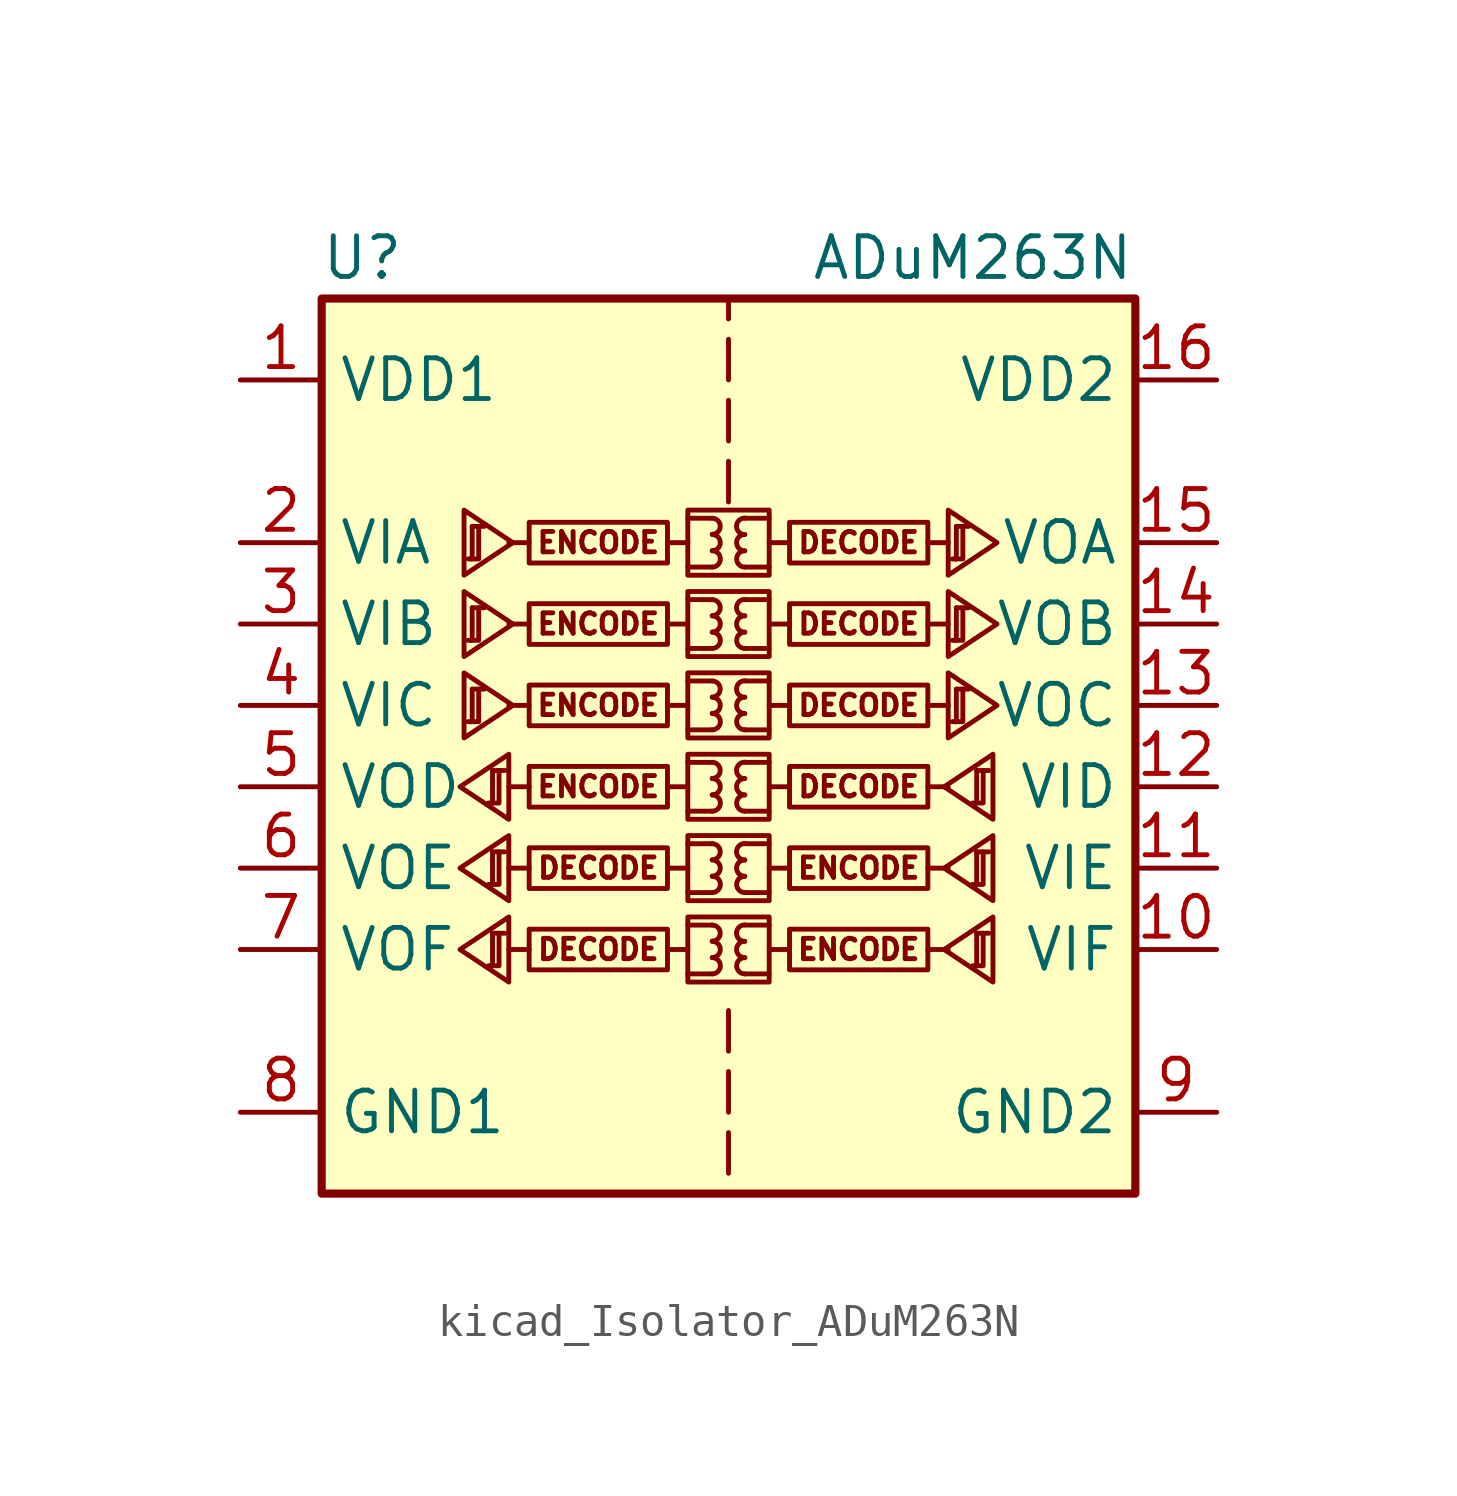
<source format=kicad_sym>
(kicad_symbol_lib
  (version 20220914)
  (generator kicad_symbol_editor)
  (symbol "kicad_Isolator_ADuM263N"
    (property "Reference" "U"
      (at -11.43 16.51 0)
      (effects (font (size 1.27 1.27))))
    (property "Value" "ADuM263N"
      (at 7.62 16.51 0)
      (effects (font (size 1.27 1.27))))
    (symbol "kicad_Isolator_ADuM263N_1_0"
      (rectangle (start -1.27 -4.064) (end 1.27 -6.096) (stroke (width 0) (type default)) (fill (type none)))
      (rectangle (start -1.27 -1.524) (end 1.27 -3.556) (stroke (width 0) (type default)) (fill (type none)))
      (rectangle (start -1.27 1.016) (end 1.27 -1.016) (stroke (width 0) (type default)) (fill (type none)))
      (rectangle (start -1.27 3.556) (end 1.27 1.524) (stroke (width 0) (type default)) (fill (type none)))
      (rectangle (start -1.27 6.096) (end 1.27 4.064) (stroke (width 0) (type default)) (fill (type none)))
      (rectangle (start -1.27 8.636) (end 1.27 6.604) (stroke (width 0) (type default)) (fill (type none)))
      (arc (start -0.508 -5.842) (mid -0.2551 -5.588) (end -0.508 -5.334) (stroke (width 0) (type default)) (fill (type none)))
      (arc (start -0.508 -5.334) (mid -0.2551 -5.08) (end -0.508 -4.826) (stroke (width 0) (type default)) (fill (type none)))
      (arc (start -0.508 -4.826) (mid -0.2551 -4.572) (end -0.508 -4.318) (stroke (width 0) (type default)) (fill (type none)))
      (arc (start -0.508 -3.302) (mid -0.2551 -3.048) (end -0.508 -2.794) (stroke (width 0) (type default)) (fill (type none)))
      (arc (start -0.508 -2.794) (mid -0.2551 -2.54) (end -0.508 -2.286) (stroke (width 0) (type default)) (fill (type none)))
      (arc (start -0.508 -2.286) (mid -0.2551 -2.032) (end -0.508 -1.778) (stroke (width 0) (type default)) (fill (type none)))
      (arc (start -0.508 -0.762) (mid -0.2551 -0.508) (end -0.508 -0.254) (stroke (width 0) (type default)) (fill (type none)))
      (arc (start -0.508 -0.254) (mid -0.2551 0) (end -0.508 0.254) (stroke (width 0) (type default)) (fill (type none)))
      (arc (start -0.508 0.254) (mid -0.2551 0.508) (end -0.508 0.762) (stroke (width 0) (type default)) (fill (type none)))
      (arc (start -0.508 1.778) (mid -0.2551 2.032) (end -0.508 2.286) (stroke (width 0) (type default)) (fill (type none)))
      (arc (start -0.508 2.286) (mid -0.2551 2.54) (end -0.508 2.794) (stroke (width 0) (type default)) (fill (type none)))
      (arc (start -0.508 2.794) (mid -0.2551 3.048) (end -0.508 3.302) (stroke (width 0) (type default)) (fill (type none)))
      (arc (start -0.508 4.318) (mid -0.2551 4.572) (end -0.508 4.826) (stroke (width 0) (type default)) (fill (type none)))
      (arc (start -0.508 4.826) (mid -0.2551 5.08) (end -0.508 5.334) (stroke (width 0) (type default)) (fill (type none)))
      (arc (start -0.508 5.334) (mid -0.2551 5.588) (end -0.508 5.842) (stroke (width 0) (type default)) (fill (type none)))
      (arc (start -0.508 6.858) (mid -0.2551 7.112) (end -0.508 7.366) (stroke (width 0) (type default)) (fill (type none)))
      (arc (start -0.508 7.366) (mid -0.2551 7.62) (end -0.508 7.874) (stroke (width 0) (type default)) (fill (type none)))
      (arc (start -0.508 7.874) (mid -0.2551 8.128) (end -0.508 8.382) (stroke (width 0) (type default)) (fill (type none)))
      (polyline (pts (xy -6.223 -5.08) (xy -6.858 -5.08)) (stroke (width 0) (type default)) (fill (type none)))
      (polyline (pts (xy -6.223 -2.54) (xy -6.858 -2.54)) (stroke (width 0) (type default)) (fill (type none)))
      (polyline (pts (xy -6.223 0) (xy -6.858 0)) (stroke (width 0) (type default)) (fill (type none)))
      (polyline (pts (xy -6.223 2.54) (xy -6.858 2.54)) (stroke (width 0) (type default)) (fill (type none)))
      (polyline (pts (xy -6.223 5.08) (xy -6.858 5.08)) (stroke (width 0) (type default)) (fill (type none)))
      (polyline (pts (xy -6.223 7.62) (xy -6.858 7.62)) (stroke (width 0) (type default)) (fill (type none)))
      (polyline (pts (xy -1.905 -5.08) (xy -1.27 -5.08)) (stroke (width 0) (type default)) (fill (type none)))
      (polyline (pts (xy -1.905 -2.54) (xy -1.27 -2.54)) (stroke (width 0) (type default)) (fill (type none)))
      (polyline (pts (xy -1.905 0) (xy -1.27 0)) (stroke (width 0) (type default)) (fill (type none)))
      (polyline (pts (xy -1.905 2.54) (xy -1.27 2.54)) (stroke (width 0) (type default)) (fill (type none)))
      (polyline (pts (xy -1.905 5.08) (xy -1.27 5.08)) (stroke (width 0) (type default)) (fill (type none)))
      (polyline (pts (xy -1.905 7.62) (xy -1.27 7.62)) (stroke (width 0) (type default)) (fill (type none)))
      (polyline (pts (xy -1.27 -5.842) (xy -0.508 -5.842)) (stroke (width 0) (type default)) (fill (type none)))
      (polyline (pts (xy -1.27 -4.318) (xy -0.508 -4.318)) (stroke (width 0) (type default)) (fill (type none)))
      (polyline (pts (xy -1.27 -3.302) (xy -0.508 -3.302)) (stroke (width 0) (type default)) (fill (type none)))
      (polyline (pts (xy -1.27 -1.778) (xy -0.508 -1.778)) (stroke (width 0) (type default)) (fill (type none)))
      (polyline (pts (xy -1.27 -0.762) (xy -0.508 -0.762)) (stroke (width 0) (type default)) (fill (type none)))
      (polyline (pts (xy -1.27 0.762) (xy -0.508 0.762)) (stroke (width 0) (type default)) (fill (type none)))
      (polyline (pts (xy -1.27 1.778) (xy -0.508 1.778)) (stroke (width 0) (type default)) (fill (type none)))
      (polyline (pts (xy -1.27 3.302) (xy -0.508 3.302)) (stroke (width 0) (type default)) (fill (type none)))
      (polyline (pts (xy -1.27 4.318) (xy -0.508 4.318)) (stroke (width 0) (type default)) (fill (type none)))
      (polyline (pts (xy -1.27 5.842) (xy -0.508 5.842)) (stroke (width 0) (type default)) (fill (type none)))
      (polyline (pts (xy -1.27 6.858) (xy -0.508 6.858)) (stroke (width 0) (type default)) (fill (type none)))
      (polyline (pts (xy -1.27 8.382) (xy -0.508 8.382)) (stroke (width 0) (type default)) (fill (type none)))
      (polyline (pts (xy 0 -10.795) (xy 0 -12.065)) (stroke (width 0) (type default)) (fill (type none)))
      (polyline (pts (xy 0 -8.89) (xy 0 -10.16)) (stroke (width 0) (type default)) (fill (type none)))
      (polyline (pts (xy 0 -6.985) (xy 0 -8.255)) (stroke (width 0) (type default)) (fill (type none)))
      (polyline (pts (xy 0 8.89) (xy 0 10.16)) (stroke (width 0) (type default)) (fill (type none)))
      (polyline (pts (xy 0 10.795) (xy 0 12.065)) (stroke (width 0) (type default)) (fill (type none)))
      (polyline (pts (xy 0 12.7) (xy 0 13.97)) (stroke (width 0) (type default)) (fill (type none)))
      (polyline (pts (xy 0 15.24) (xy 0 14.605)) (stroke (width 0) (type default)) (fill (type none)))
      (polyline (pts (xy 1.27 -5.842) (xy 0.508 -5.842)) (stroke (width 0) (type default)) (fill (type none)))
      (polyline (pts (xy 1.27 -4.318) (xy 0.508 -4.318)) (stroke (width 0) (type default)) (fill (type none)))
      (polyline (pts (xy 1.27 -3.302) (xy 0.508 -3.302)) (stroke (width 0) (type default)) (fill (type none)))
      (polyline (pts (xy 1.27 -1.778) (xy 0.508 -1.778)) (stroke (width 0) (type default)) (fill (type none)))
      (polyline (pts (xy 1.27 -0.762) (xy 0.508 -0.762)) (stroke (width 0) (type default)) (fill (type none)))
      (polyline (pts (xy 1.27 0.762) (xy 0.508 0.762)) (stroke (width 0) (type default)) (fill (type none)))
      (polyline (pts (xy 1.27 1.778) (xy 0.508 1.778)) (stroke (width 0) (type default)) (fill (type none)))
      (polyline (pts (xy 1.27 3.302) (xy 0.508 3.302)) (stroke (width 0) (type default)) (fill (type none)))
      (polyline (pts (xy 1.27 4.318) (xy 0.508 4.318)) (stroke (width 0) (type default)) (fill (type none)))
      (polyline (pts (xy 1.27 5.842) (xy 0.508 5.842)) (stroke (width 0) (type default)) (fill (type none)))
      (polyline (pts (xy 1.27 6.858) (xy 0.508 6.858)) (stroke (width 0) (type default)) (fill (type none)))
      (polyline (pts (xy 1.27 8.382) (xy 0.508 8.382)) (stroke (width 0) (type default)) (fill (type none)))
      (polyline (pts (xy 1.905 -5.08) (xy 1.27 -5.08)) (stroke (width 0) (type default)) (fill (type none)))
      (polyline (pts (xy 1.905 -2.54) (xy 1.27 -2.54)) (stroke (width 0) (type default)) (fill (type none)))
      (polyline (pts (xy 1.905 0) (xy 1.27 0)) (stroke (width 0) (type default)) (fill (type none)))
      (polyline (pts (xy 1.905 2.54) (xy 1.27 2.54)) (stroke (width 0) (type default)) (fill (type none)))
      (polyline (pts (xy 1.905 5.08) (xy 1.27 5.08)) (stroke (width 0) (type default)) (fill (type none)))
      (polyline (pts (xy 1.905 7.62) (xy 1.27 7.62)) (stroke (width 0) (type default)) (fill (type none)))
      (polyline (pts (xy 6.223 -5.08) (xy 6.858 -5.08)) (stroke (width 0) (type default)) (fill (type none)))
      (polyline (pts (xy 6.223 -2.54) (xy 6.858 -2.54)) (stroke (width 0) (type default)) (fill (type none)))
      (polyline (pts (xy 6.223 0) (xy 6.858 0)) (stroke (width 0) (type default)) (fill (type none)))
      (polyline (pts (xy 6.223 2.54) (xy 6.858 2.54)) (stroke (width 0) (type default)) (fill (type none)))
      (polyline (pts (xy 6.223 5.08) (xy 6.858 5.08)) (stroke (width 0) (type default)) (fill (type none)))
      (polyline (pts (xy 6.223 7.62) (xy 6.858 7.62)) (stroke (width 0) (type default)) (fill (type none)))
      (arc (start 0.508 -5.334) (mid 0.2551 -5.588) (end 0.508 -5.842) (stroke (width 0) (type default)) (fill (type none)))
      (arc (start 0.508 -4.826) (mid 0.2551 -5.08) (end 0.508 -5.334) (stroke (width 0) (type default)) (fill (type none)))
      (arc (start 0.508 -4.318) (mid 0.2551 -4.572) (end 0.508 -4.826) (stroke (width 0) (type default)) (fill (type none)))
      (arc (start 0.508 -2.794) (mid 0.2551 -3.048) (end 0.508 -3.302) (stroke (width 0) (type default)) (fill (type none)))
      (arc (start 0.508 -2.286) (mid 0.2551 -2.54) (end 0.508 -2.794) (stroke (width 0) (type default)) (fill (type none)))
      (arc (start 0.508 -1.778) (mid 0.2551 -2.032) (end 0.508 -2.286) (stroke (width 0) (type default)) (fill (type none)))
      (arc (start 0.508 -0.254) (mid 0.2551 -0.508) (end 0.508 -0.762) (stroke (width 0) (type default)) (fill (type none)))
      (arc (start 0.508 0.254) (mid 0.2551 0) (end 0.508 -0.254) (stroke (width 0) (type default)) (fill (type none)))
      (arc (start 0.508 0.762) (mid 0.2551 0.508) (end 0.508 0.254) (stroke (width 0) (type default)) (fill (type none)))
      (arc (start 0.508 2.286) (mid 0.2551 2.032) (end 0.508 1.778) (stroke (width 0) (type default)) (fill (type none)))
      (arc (start 0.508 2.794) (mid 0.2551 2.54) (end 0.508 2.286) (stroke (width 0) (type default)) (fill (type none)))
      (arc (start 0.508 3.302) (mid 0.2551 3.048) (end 0.508 2.794) (stroke (width 0) (type default)) (fill (type none)))
      (arc (start 0.508 4.826) (mid 0.2551 4.572) (end 0.508 4.318) (stroke (width 0) (type default)) (fill (type none)))
      (arc (start 0.508 5.334) (mid 0.2551 5.08) (end 0.508 4.826) (stroke (width 0) (type default)) (fill (type none)))
      (arc (start 0.508 5.842) (mid 0.2551 5.588) (end 0.508 5.334) (stroke (width 0) (type default)) (fill (type none)))
      (arc (start 0.508 7.366) (mid 0.2551 7.112) (end 0.508 6.858) (stroke (width 0) (type default)) (fill (type none)))
      (arc (start 0.508 7.874) (mid 0.2551 7.62) (end 0.508 7.366) (stroke (width 0) (type default)) (fill (type none)))
      (arc (start 0.508 8.382) (mid 0.2551 8.128) (end 0.508 7.874) (stroke (width 0) (type default)) (fill (type none)))
      (rectangle (start 1.905 -4.445) (end 6.223 -5.715) (stroke (width 0) (type default)) (fill (type none)))
      (rectangle (start 1.905 -1.905) (end 6.223 -3.175) (stroke (width 0) (type default)) (fill (type none)))
      (rectangle (start 1.905 0.635) (end 6.223 -0.635) (stroke (width 0) (type default)) (fill (type none)))
      (rectangle (start 1.905 3.175) (end 6.223 1.905) (stroke (width 0) (type default)) (fill (type none)))
      (rectangle (start 1.905 5.715) (end 6.223 4.445) (stroke (width 0) (type default)) (fill (type none)))
      (rectangle (start 1.905 8.255) (end 6.223 6.985) (stroke (width 0) (type default)) (fill (type none)))
      (text "DECODE" (at -4.064 -5.08 0) (effects (font (size 0.635 0.635))))
      (text "DECODE" (at -4.064 -2.54 0) (effects (font (size 0.635 0.635))))
      (text "DECODE" (at 4.064 0 0) (effects (font (size 0.635 0.635))))
      (text "DECODE" (at 4.064 2.54 0) (effects (font (size 0.635 0.635))))
      (text "DECODE" (at 4.064 5.08 0) (effects (font (size 0.635 0.635))))
      (text "DECODE" (at 4.064 7.62 0) (effects (font (size 0.635 0.635))))
      (text "ENCODE" (at -4.064 0 0) (effects (font (size 0.635 0.635))))
      (text "ENCODE" (at -4.064 2.54 0) (effects (font (size 0.635 0.635))))
      (text "ENCODE" (at -4.064 5.08 0) (effects (font (size 0.635 0.635))))
      (text "ENCODE" (at -4.064 7.62 0) (effects (font (size 0.635 0.635))))
      (text "ENCODE" (at 4.064 -5.08 0) (effects (font (size 0.635 0.635))))
      (text "ENCODE" (at 4.064 -2.54 0) (effects (font (size 0.635 0.635)))))
    (symbol "kicad_Isolator_ADuM263N_1_1"
      (rectangle (start -12.7 15.24) (end 12.7 -12.7) (stroke (width 0.254) (type default)) (fill (type background)))
      (rectangle (start -1.905 -4.445) (end -6.223 -5.715) (stroke (width 0) (type default)) (fill (type none)))
      (rectangle (start -1.905 -1.905) (end -6.223 -3.175) (stroke (width 0) (type default)) (fill (type none)))
      (rectangle (start -1.905 0.635) (end -6.223 -0.635) (stroke (width 0) (type default)) (fill (type none)))
      (rectangle (start -1.905 3.175) (end -6.223 1.905) (stroke (width 0) (type default)) (fill (type none)))
      (rectangle (start -1.905 5.715) (end -6.223 4.445) (stroke (width 0) (type default)) (fill (type none)))
      (rectangle (start -1.905 8.255) (end -6.223 6.985) (stroke (width 0) (type default)) (fill (type none)))
      (polyline (pts (xy -8.001 3.048) (xy -7.62 3.048)) (stroke (width 0) (type default)) (fill (type none)))
      (polyline (pts (xy -8.001 5.588) (xy -7.62 5.588)) (stroke (width 0) (type default)) (fill (type none)))
      (polyline (pts (xy -8.001 8.128) (xy -7.62 8.128)) (stroke (width 0) (type default)) (fill (type none)))
      (polyline (pts (xy -7.366 -4.572) (xy -6.985 -4.572)) (stroke (width 0) (type default)) (fill (type none)))
      (polyline (pts (xy -7.366 -2.032) (xy -6.985 -2.032)) (stroke (width 0) (type default)) (fill (type none)))
      (polyline (pts (xy -7.366 0.508) (xy -6.985 0.508)) (stroke (width 0) (type default)) (fill (type none)))
      (polyline (pts (xy 7.112 3.048) (xy 7.493 3.048)) (stroke (width 0) (type default)) (fill (type none)))
      (polyline (pts (xy 7.112 5.588) (xy 7.493 5.588)) (stroke (width 0) (type default)) (fill (type none)))
      (polyline (pts (xy 7.112 8.128) (xy 7.493 8.128)) (stroke (width 0) (type default)) (fill (type none)))
      (polyline (pts (xy 7.747 -4.572) (xy 8.128 -4.572)) (stroke (width 0) (type default)) (fill (type none)))
      (polyline (pts (xy 7.747 -2.032) (xy 8.128 -2.032)) (stroke (width 0) (type default)) (fill (type none)))
      (polyline (pts (xy 7.747 0.508) (xy 8.128 0.508)) (stroke (width 0) (type default)) (fill (type none)))
      (polyline (pts (xy -8.052 2.032) (xy -7.798 2.032) (xy -7.798 3.048)) (stroke (width 0) (type default)) (fill (type none)))
      (polyline (pts (xy -8.052 4.572) (xy -7.798 4.572) (xy -7.798 5.588)) (stroke (width 0) (type default)) (fill (type none)))
      (polyline (pts (xy -8.052 7.112) (xy -7.798 7.112) (xy -7.798 8.128)) (stroke (width 0) (type default)) (fill (type none)))
      (polyline (pts (xy -8.001 3.048) (xy -8.001 2.032) (xy -8.128 2.032)) (stroke (width 0) (type default)) (fill (type none)))
      (polyline (pts (xy -8.001 5.588) (xy -8.001 4.572) (xy -8.128 4.572)) (stroke (width 0) (type default)) (fill (type none)))
      (polyline (pts (xy -8.001 8.128) (xy -8.001 7.112) (xy -8.128 7.112)) (stroke (width 0) (type default)) (fill (type none)))
      (polyline (pts (xy -7.417 -5.588) (xy -7.163 -5.588) (xy -7.163 -4.572)) (stroke (width 0) (type default)) (fill (type none)))
      (polyline (pts (xy -7.417 -3.048) (xy -7.163 -3.048) (xy -7.163 -2.032)) (stroke (width 0) (type default)) (fill (type none)))
      (polyline (pts (xy -7.417 -0.508) (xy -7.163 -0.508) (xy -7.163 0.508)) (stroke (width 0) (type default)) (fill (type none)))
      (polyline (pts (xy -7.366 -4.572) (xy -7.366 -5.588) (xy -7.493 -5.588)) (stroke (width 0) (type default)) (fill (type none)))
      (polyline (pts (xy -7.366 -2.032) (xy -7.366 -3.048) (xy -7.493 -3.048)) (stroke (width 0) (type default)) (fill (type none)))
      (polyline (pts (xy -7.366 0.508) (xy -7.366 -0.508) (xy -7.493 -0.508)) (stroke (width 0) (type default)) (fill (type none)))
      (polyline (pts (xy 7.061 2.032) (xy 7.315 2.032) (xy 7.315 3.048)) (stroke (width 0) (type default)) (fill (type none)))
      (polyline (pts (xy 7.061 4.572) (xy 7.315 4.572) (xy 7.315 5.588)) (stroke (width 0) (type default)) (fill (type none)))
      (polyline (pts (xy 7.061 7.112) (xy 7.315 7.112) (xy 7.315 8.128)) (stroke (width 0) (type default)) (fill (type none)))
      (polyline (pts (xy 7.112 3.048) (xy 7.112 2.032) (xy 6.985 2.032)) (stroke (width 0) (type default)) (fill (type none)))
      (polyline (pts (xy 7.112 5.588) (xy 7.112 4.572) (xy 6.985 4.572)) (stroke (width 0) (type default)) (fill (type none)))
      (polyline (pts (xy 7.112 8.128) (xy 7.112 7.112) (xy 6.985 7.112)) (stroke (width 0) (type default)) (fill (type none)))
      (polyline (pts (xy 7.696 -5.588) (xy 7.95 -5.588) (xy 7.95 -4.572)) (stroke (width 0) (type default)) (fill (type none)))
      (polyline (pts (xy 7.696 -3.048) (xy 7.95 -3.048) (xy 7.95 -2.032)) (stroke (width 0) (type default)) (fill (type none)))
      (polyline (pts (xy 7.696 -0.508) (xy 7.95 -0.508) (xy 7.95 0.508)) (stroke (width 0) (type default)) (fill (type none)))
      (polyline (pts (xy 7.747 -4.572) (xy 7.747 -5.588) (xy 7.62 -5.588)) (stroke (width 0) (type default)) (fill (type none)))
      (polyline (pts (xy 7.747 -2.032) (xy 7.747 -3.048) (xy 7.62 -3.048)) (stroke (width 0) (type default)) (fill (type none)))
      (polyline (pts (xy 7.747 0.508) (xy 7.747 -0.508) (xy 7.62 -0.508)) (stroke (width 0) (type default)) (fill (type none)))
      (polyline (pts (xy -8.382 -5.08) (xy -6.858 -4.064) (xy -6.858 -6.096) (xy -8.382 -5.08)) (stroke (width 0) (type default)) (fill (type none)))
      (polyline (pts (xy -8.382 -2.54) (xy -6.858 -1.524) (xy -6.858 -3.556) (xy -8.382 -2.54)) (stroke (width 0) (type default)) (fill (type none)))
      (polyline (pts (xy -8.382 0) (xy -6.858 1.016) (xy -6.858 -1.016) (xy -8.382 0)) (stroke (width 0) (type default)) (fill (type none)))
      (polyline (pts (xy -6.731 2.54) (xy -8.255 3.556) (xy -8.255 1.524) (xy -6.731 2.54)) (stroke (width 0) (type default)) (fill (type none)))
      (polyline (pts (xy -6.731 5.08) (xy -8.255 6.096) (xy -8.255 4.064) (xy -6.731 5.08)) (stroke (width 0) (type default)) (fill (type none)))
      (polyline (pts (xy -6.731 7.62) (xy -8.255 8.636) (xy -8.255 6.604) (xy -6.731 7.62)) (stroke (width 0) (type default)) (fill (type none)))
      (polyline (pts (xy 6.731 -5.08) (xy 8.255 -4.064) (xy 8.255 -6.096) (xy 6.731 -5.08)) (stroke (width 0) (type default)) (fill (type none)))
      (polyline (pts (xy 6.731 -2.54) (xy 8.255 -1.524) (xy 8.255 -3.556) (xy 6.731 -2.54)) (stroke (width 0) (type default)) (fill (type none)))
      (polyline (pts (xy 6.731 0) (xy 8.255 1.016) (xy 8.255 -1.016) (xy 6.731 0)) (stroke (width 0) (type default)) (fill (type none)))
      (polyline (pts (xy 8.382 2.54) (xy 6.858 3.556) (xy 6.858 1.524) (xy 8.382 2.54)) (stroke (width 0) (type default)) (fill (type none)))
      (polyline (pts (xy 8.382 5.08) (xy 6.858 6.096) (xy 6.858 4.064) (xy 8.382 5.08)) (stroke (width 0) (type default)) (fill (type none)))
      (polyline (pts (xy 8.382 7.62) (xy 6.858 8.636) (xy 6.858 6.604) (xy 8.382 7.62)) (stroke (width 0) (type default)) (fill (type none)))
      (pin power_in line (at -15.24 12.7 0) (length 2.54) (name "VDD1" (effects (font (size 1.27 1.27)))) (number "1" (effects (font (size 1.27 1.27)))))
      (pin input line (at 15.24 -5.08 180) (length 2.54) (name "VIF" (effects (font (size 1.27 1.27)))) (number "10" (effects (font (size 1.27 1.27)))))
      (pin input line (at 15.24 -2.54 180) (length 2.54) (name "VIE" (effects (font (size 1.27 1.27)))) (number "11" (effects (font (size 1.27 1.27)))))
      (pin input line (at 15.24 0 180) (length 2.54) (name "VID" (effects (font (size 1.27 1.27)))) (number "12" (effects (font (size 1.27 1.27)))))
      (pin output line (at 15.24 2.54 180) (length 2.54) (name "VOC" (effects (font (size 1.27 1.27)))) (number "13" (effects (font (size 1.27 1.27)))))
      (pin output line (at 15.24 5.08 180) (length 2.54) (name "VOB" (effects (font (size 1.27 1.27)))) (number "14" (effects (font (size 1.27 1.27)))))
      (pin output line (at 15.24 7.62 180) (length 2.54) (name "VOA" (effects (font (size 1.27 1.27)))) (number "15" (effects (font (size 1.27 1.27)))))
      (pin power_in line (at 15.24 12.7 180) (length 2.54) (name "VDD2" (effects (font (size 1.27 1.27)))) (number "16" (effects (font (size 1.27 1.27)))))
      (pin input line (at -15.24 7.62 0) (length 2.54) (name "VIA" (effects (font (size 1.27 1.27)))) (number "2" (effects (font (size 1.27 1.27)))))
      (pin input line (at -15.24 5.08 0) (length 2.54) (name "VIB" (effects (font (size 1.27 1.27)))) (number "3" (effects (font (size 1.27 1.27)))))
      (pin input line (at -15.24 2.54 0) (length 2.54) (name "VIC" (effects (font (size 1.27 1.27)))) (number "4" (effects (font (size 1.27 1.27)))))
      (pin output line (at -15.24 0 0) (length 2.54) (name "VOD" (effects (font (size 1.27 1.27)))) (number "5" (effects (font (size 1.27 1.27)))))
      (pin output line (at -15.24 -2.54 0) (length 2.54) (name "VOE" (effects (font (size 1.27 1.27)))) (number "6" (effects (font (size 1.27 1.27)))))
      (pin output line (at -15.24 -5.08 0) (length 2.54) (name "VOF" (effects (font (size 1.27 1.27)))) (number "7" (effects (font (size 1.27 1.27)))))
      (pin power_in line (at -15.24 -10.16 0) (length 2.54) (name "GND1" (effects (font (size 1.27 1.27)))) (number "8" (effects (font (size 1.27 1.27)))))
      (pin power_in line (at 15.24 -10.16 180) (length 2.54) (name "GND2" (effects (font (size 1.27 1.27)))) (number "9" (effects (font (size 1.27 1.27))))))))
</source>
